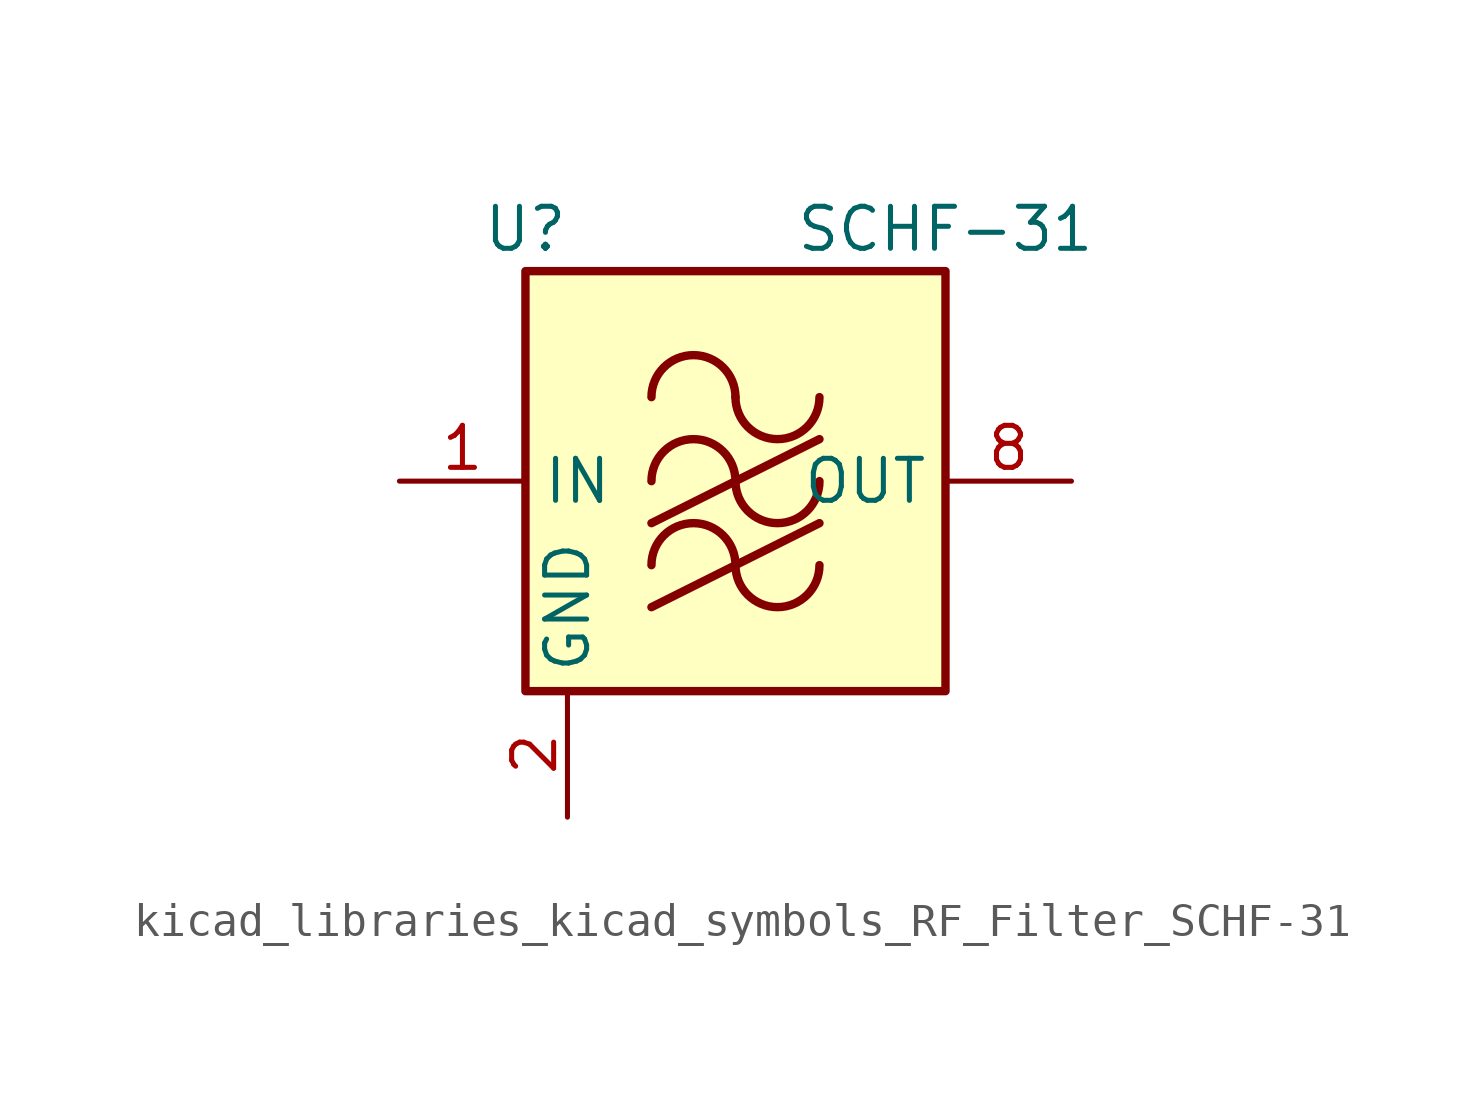
<source format=kicad_sym>
(kicad_symbol_lib
  (version 20220914)
  (generator kicad_symbol_editor)
  (symbol "kicad_libraries_kicad_symbols_RF_Filter_SCHF-31"
    (property "Reference" "U"
      (at -6.35 7.62 0)
      (effects (font (size 1.27 1.27))))
    (property "Value" "SCHF-31"
      (at 6.35 7.62 0)
      (effects (font (size 1.27 1.27))))
    (symbol "kicad_libraries_kicad_symbols_RF_Filter_SCHF-31_0_1"
      (rectangle (start -6.35 6.35) (end 6.35 -6.35) (stroke (width 0.254) (type default)) (fill (type background)))
      (arc (start 0 -2.54) (mid -1.27 -1.2755) (end -2.54 -2.54) (stroke (width 0.254) (type default)) (fill (type none)))
      (arc (start 0 -2.54) (mid 1.27 -3.8045) (end 2.54 -2.54) (stroke (width 0.254) (type default)) (fill (type none)))
      (arc (start 0 0) (mid -1.27 1.2645) (end -2.54 0) (stroke (width 0.254) (type default)) (fill (type none)))
      (polyline (pts (xy -2.54 -3.81) (xy 2.54 -1.27)) (stroke (width 0.254) (type default)) (fill (type none)))
      (polyline (pts (xy -2.54 -1.27) (xy 2.54 1.27)) (stroke (width 0.254) (type default)) (fill (type none)))
      (arc (start 0 0) (mid 1.27 -1.2645) (end 2.54 0) (stroke (width 0.254) (type default)) (fill (type none)))
      (arc (start 0 2.54) (mid -1.27 3.8045) (end -2.54 2.54) (stroke (width 0.254) (type default)) (fill (type none)))
      (arc (start 0 2.54) (mid 1.27 1.2755) (end 2.54 2.54) (stroke (width 0.254) (type default)) (fill (type none))))
    (symbol "kicad_libraries_kicad_symbols_RF_Filter_SCHF-31_1_1"
      (pin input line (at -10.16 0 0) (length 3.81) (name "IN" (effects (font (size 1.27 1.27)))) (number "1" (effects (font (size 1.27 1.27)))))
      (pin power_in line (at -5.08 -10.16 90) (length 3.81) (name "GND" (effects (font (size 1.27 1.27)))) (number "2" (effects (font (size 1.27 1.27)))))
      (pin passive line (at -5.08 -10.16 90) (length 3.81) hide (name "GND" (effects (font (size 1.27 1.27)))) (number "3" (effects (font (size 1.27 1.27)))))
      (pin passive line (at -5.08 -10.16 90) (length 3.81) hide (name "GND" (effects (font (size 1.27 1.27)))) (number "4" (effects (font (size 1.27 1.27)))))
      (pin passive line (at -5.08 -10.16 90) (length 3.81) hide (name "GND" (effects (font (size 1.27 1.27)))) (number "5" (effects (font (size 1.27 1.27)))))
      (pin passive line (at -5.08 -10.16 90) (length 3.81) hide (name "GND" (effects (font (size 1.27 1.27)))) (number "6" (effects (font (size 1.27 1.27)))))
      (pin passive line (at -5.08 -10.16 90) (length 3.81) hide (name "GND" (effects (font (size 1.27 1.27)))) (number "7" (effects (font (size 1.27 1.27)))))
      (pin output line (at 10.16 0 180) (length 3.81) (name "OUT" (effects (font (size 1.27 1.27)))) (number "8" (effects (font (size 1.27 1.27))))))))
</source>
